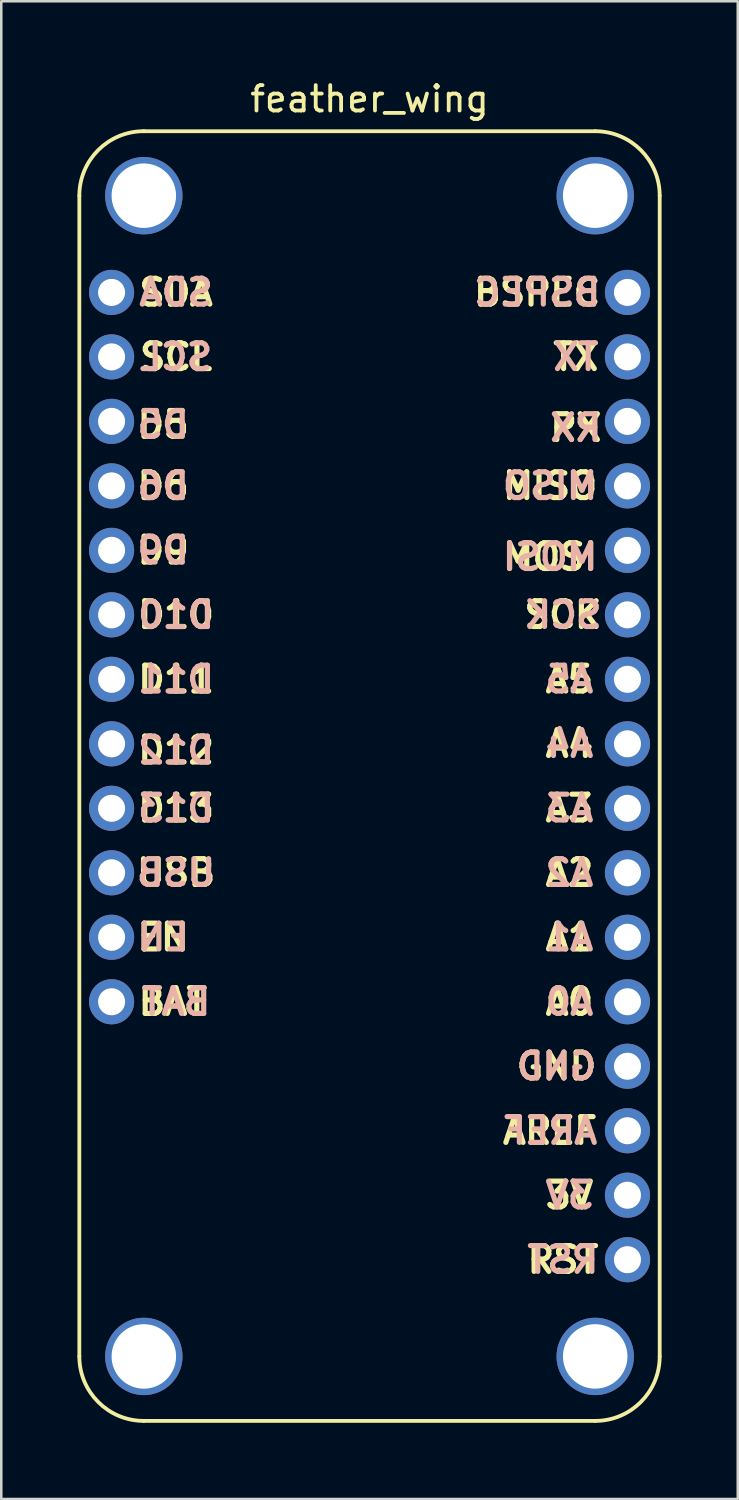
<source format=kicad_pcb>
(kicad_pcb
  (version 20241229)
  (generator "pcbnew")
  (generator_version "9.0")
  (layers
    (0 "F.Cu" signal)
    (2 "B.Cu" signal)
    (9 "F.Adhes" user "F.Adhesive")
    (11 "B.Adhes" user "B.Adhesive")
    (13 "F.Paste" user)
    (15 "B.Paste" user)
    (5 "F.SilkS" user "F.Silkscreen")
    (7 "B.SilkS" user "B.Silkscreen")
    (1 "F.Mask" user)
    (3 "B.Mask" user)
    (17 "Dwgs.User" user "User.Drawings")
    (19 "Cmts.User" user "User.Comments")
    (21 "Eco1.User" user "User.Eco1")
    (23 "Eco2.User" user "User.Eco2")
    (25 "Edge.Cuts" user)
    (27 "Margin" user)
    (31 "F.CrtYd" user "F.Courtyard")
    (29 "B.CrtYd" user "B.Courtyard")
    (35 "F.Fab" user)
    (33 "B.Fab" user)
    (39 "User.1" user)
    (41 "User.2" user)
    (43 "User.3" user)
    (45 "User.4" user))
  (footprint "feather_wing"
    (layer "F.Cu")
    (at 11.505 27.518)
    (property "Reference" "feather_wing" (at 0 -26.67 0) (layer "F.SilkS") (effects (font (size 1 1) (thickness 0.15))))
    (attr through_hole)
    (fp_line (start -11.43 -22.86) (end -11.43 22.86) (stroke (width 0.15) (type solid)) (layer "F.SilkS"))
    (fp_line (start 8.89 -25.4) (end -8.89 -25.4) (stroke (width 0.15) (type solid)) (layer "F.SilkS"))
    (fp_line (start 8.89 25.4) (end -8.89 25.4) (stroke (width 0.15) (type solid)) (layer "F.SilkS"))
    (fp_line (start 11.43 -22.86) (end 11.43 22.86) (stroke (width 0.15) (type solid)) (layer "F.SilkS"))
    (fp_arc (start -11.43 -22.86) (mid -10.686051 -24.656051) (end -8.89 -25.4) (stroke (width 0.15) (type solid)) (layer "F.SilkS"))
    (fp_arc (start -8.89 25.4) (mid -10.686051 24.656051) (end -11.43 22.86) (stroke (width 0.15) (type solid)) (layer "F.SilkS"))
    (fp_arc (start 8.89 -25.4) (mid 10.686051 -24.656051) (end 11.43 -22.86) (stroke (width 0.15) (type solid)) (layer "F.SilkS"))
    (fp_arc (start 11.43 22.86) (mid 10.686051 24.656051) (end 8.89 25.4) (stroke (width 0.15) (type solid)) (layer "F.SilkS"))
    (fp_text user "D6" (at -8.128 -11.43 0) (layer "F.SilkS") (effects (font (size 1.016 1.016) (thickness 0.203))))
    (fp_text user "BSPEC" (at 6.604 -19.05 0) (layer "F.SilkS") (effects (font (size 1.016 1.016) (thickness 0.203))))
    (fp_text user "A0" (at 7.874 8.89 0) (layer "F.SilkS") (effects (font (size 1.016 1.016) (thickness 0.203))))
    (fp_text user "D9" (at -8.128 -8.89 0) (layer "F.SilkS") (effects (font (size 1.016 1.016) (thickness 0.203))))
    (fp_text user "EN" (at -8.128 6.35 0) (layer "F.SilkS") (effects (font (size 1.016 1.016) (thickness 0.203))))
    (fp_text user "TX" (at 8.128 -16.51 0) (layer "F.SilkS") (effects (font (size 1.016 1.016) (thickness 0.203))))
    (fp_text user "D11" (at -7.62 -3.81 0) (layer "F.SilkS") (effects (font (size 1.016 1.016) (thickness 0.203))))
    (fp_text user "A3" (at 7.874 1.27 0) (layer "F.SilkS") (effects (font (size 1.016 1.016) (thickness 0.203))))
    (fp_text user "D5" (at -8.128 -13.843 0) (layer "F.SilkS") (effects (font (size 1.016 1.016) (thickness 0.203))))
    (fp_text user "SCL" (at -7.62 -16.51 0) (layer "F.SilkS") (effects (font (size 1.016 1.016) (thickness 0.203))))
    (fp_text user "MISO" (at 7.112 -11.43 0) (layer "F.SilkS") (effects (font (size 1.016 1.016) (thickness 0.203))))
    (fp_text user "A4" (at 7.874 -1.27 0) (layer "F.SilkS") (effects (font (size 1.016 1.016) (thickness 0.203))))
    (fp_text user "SDA" (at -7.62 -19.05 0) (layer "F.SilkS") (effects (font (size 1.016 1.016) (thickness 0.203))))
    (fp_text user "MOSI" (at 7.112 -8.636 0) (layer "F.SilkS") (effects (font (size 1.016 1.016) (thickness 0.203))))
    (fp_text user "RX" (at 8.128 -13.716 0) (layer "F.SilkS") (effects (font (size 1.016 1.016) (thickness 0.203))))
    (fp_text user "AREF" (at 7.112 13.97 0) (layer "F.SilkS") (effects (font (size 1.016 1.016) (thickness 0.203))))
    (fp_text user "D13" (at -7.62 1.27 0) (layer "F.SilkS") (effects (font (size 1.016 1.016) (thickness 0.203))))
    (fp_text user "3V" (at 7.874 16.51 0) (layer "F.SilkS") (effects (font (size 1.016 1.016) (thickness 0.203))))
    (fp_text user "A1" (at 7.874 6.35 0) (layer "F.SilkS") (effects (font (size 1.016 1.016) (thickness 0.203))))
    (fp_text user "SCK" (at 7.62 -6.35 0) (layer "F.SilkS") (effects (font (size 1.016 1.016) (thickness 0.203))))
    (fp_text user "D12" (at -7.62 -1.016 0) (layer "F.SilkS") (effects (font (size 1.016 1.016) (thickness 0.203))))
    (fp_text user "A2" (at 7.874 3.81 0) (layer "F.SilkS") (effects (font (size 1.016 1.016) (thickness 0.203))))
    (fp_text user "RST" (at 7.62 19.05 0) (layer "F.SilkS") (effects (font (size 1.016 1.016) (thickness 0.203))))
    (fp_text user "BAT" (at -7.747 8.89 0) (layer "F.SilkS") (effects (font (size 1.016 1.016) (thickness 0.203))))
    (fp_text user "A5" (at 7.874 -3.81 0) (layer "F.SilkS") (effects (font (size 1.016 1.016) (thickness 0.203))))
    (fp_text user "D10" (at -7.62 -6.35 0) (layer "F.SilkS") (effects (font (size 1.016 1.016) (thickness 0.203))))
    (fp_text user "USB" (at -7.62 3.81 0) (layer "F.SilkS") (effects (font (size 1.016 1.016) (thickness 0.203))))
    (fp_text user "GND" (at 7.366 11.43 0) (layer "F.SilkS") (effects (font (size 1.016 1.016) (thickness 0.203))))
    (fp_text user "EN" (at -8.128 6.35 0) (layer "B.SilkS") (effects (font (size 1.016 1.016) (thickness 0.203)) (justify mirror)))
    (fp_text user "MOSI" (at 7.112 -8.636 0) (layer "B.SilkS") (effects (font (size 1.016 1.016) (thickness 0.203)) (justify mirror)))
    (fp_text user "A1" (at 7.874 6.35 0) (layer "B.SilkS") (effects (font (size 1.016 1.016) (thickness 0.203)) (justify mirror)))
    (fp_text user "D9" (at -8.128 -8.89 0) (layer "B.SilkS") (effects (font (size 1.016 1.016) (thickness 0.203)) (justify mirror)))
    (fp_text user "3V" (at 7.874 16.51 0) (layer "B.SilkS") (effects (font (size 1.016 1.016) (thickness 0.203)) (justify mirror)))
    (fp_text user "D11" (at -7.62 -3.81 0) (layer "B.SilkS") (effects (font (size 1.016 1.016) (thickness 0.203)) (justify mirror)))
    (fp_text user "A4" (at 7.874 -1.27 0) (layer "B.SilkS") (effects (font (size 1.016 1.016) (thickness 0.203)) (justify mirror)))
    (fp_text user "TX" (at 8.128 -16.51 0) (layer "B.SilkS") (effects (font (size 1.016 1.016) (thickness 0.203)) (justify mirror)))
    (fp_text user "USB" (at -7.62 3.81 0) (layer "B.SilkS") (effects (font (size 1.016 1.016) (thickness 0.203)) (justify mirror)))
    (fp_text user "A3" (at 7.874 1.27 0) (layer "B.SilkS") (effects (font (size 1.016 1.016) (thickness 0.203)) (justify mirror)))
    (fp_text user "SDA" (at -7.62 -19.05 0) (layer "B.SilkS") (effects (font (size 1.016 1.016) (thickness 0.203)) (justify mirror)))
    (fp_text user "SCL" (at -7.62 -16.51 0) (layer "B.SilkS") (effects (font (size 1.016 1.016) (thickness 0.203)) (justify mirror)))
    (fp_text user "D10" (at -7.62 -6.35 0) (layer "B.SilkS") (effects (font (size 1.016 1.016) (thickness 0.203)) (justify mirror)))
    (fp_text user "AREF" (at 7.112 13.97 0) (layer "B.SilkS") (effects (font (size 1.016 1.016) (thickness 0.203)) (justify mirror)))
    (fp_text user "A0" (at 7.874 8.89 0) (layer "B.SilkS") (effects (font (size 1.016 1.016) (thickness 0.203)) (justify mirror)))
    (fp_text user "A5" (at 7.874 -3.81 0) (layer "B.SilkS") (effects (font (size 1.016 1.016) (thickness 0.203)) (justify mirror)))
    (fp_text user "RX" (at 8.128 -13.716 0) (layer "B.SilkS") (effects (font (size 1.016 1.016) (thickness 0.203)) (justify mirror)))
    (fp_text user "MISO" (at 7.112 -11.43 0) (layer "B.SilkS") (effects (font (size 1.016 1.016) (thickness 0.203)) (justify mirror)))
    (fp_text user "BAT" (at -7.62 8.89 0) (layer "B.SilkS") (effects (font (size 1.016 1.016) (thickness 0.203)) (justify mirror)))
    (fp_text user "BSPEC" (at 6.604 -19.05 0) (layer "B.SilkS") (effects (font (size 1.016 1.016) (thickness 0.203)) (justify mirror)))
    (fp_text user "RST" (at 7.62 19.05 0) (layer "B.SilkS") (effects (font (size 1.016 1.016) (thickness 0.203)) (justify mirror)))
    (fp_text user "D6" (at -8.128 -11.43 0) (layer "B.SilkS") (effects (font (size 1.016 1.016) (thickness 0.203)) (justify mirror)))
    (fp_text user "D13" (at -7.62 1.27 0) (layer "B.SilkS") (effects (font (size 1.016 1.016) (thickness 0.203)) (justify mirror)))
    (fp_text user "D5" (at -8.128 -13.843 0) (layer "B.SilkS") (effects (font (size 1.016 1.016) (thickness 0.203)) (justify mirror)))
    (fp_text user "D12" (at -7.62 -1.016 0) (layer "B.SilkS") (effects (font (size 1.016 1.016) (thickness 0.203)) (justify mirror)))
    (fp_text user "A2" (at 7.874 3.81 0) (layer "B.SilkS") (effects (font (size 1.016 1.016) (thickness 0.203)) (justify mirror)))
    (fp_text user "SCK" (at 7.62 -6.35 0) (layer "B.SilkS") (effects (font (size 1.016 1.016) (thickness 0.203)) (justify mirror)))
    (fp_text user "GND" (at 7.366 11.43 0) (layer "B.SilkS") (effects (font (size 1.016 1.016) (thickness 0.203)) (justify mirror)))
    (pad "" np_thru_hole circle (at -8.89 -22.86) (size 3.048 3.048) (drill 2.54) (layers "*.Cu" "*.Mask"))
    (pad "" thru_hole circle (at -8.89 22.86) (size 3.048 3.048) (drill 2.54) (layers "*.Cu" "*.Mask"))
    (pad "" np_thru_hole circle (at 8.89 -22.86) (size 3.048 3.048) (drill 2.54) (layers "*.Cu" "*.Mask"))
    (pad "" thru_hole circle (at 8.89 22.86) (size 3.048 3.048) (drill 2.54) (layers "*.Cu" "*.Mask"))
    (pad "1" thru_hole circle (at -10.16 -19.05) (size 1.778 1.778) (drill 1.067) (layers "*.Cu" "*.Mask"))
    (pad "2" thru_hole circle (at -10.16 -16.51) (size 1.778 1.778) (drill 1.067) (layers "*.Cu" "*.Mask"))
    (pad "3" thru_hole circle (at -10.16 -13.97) (size 1.778 1.778) (drill 1.067) (layers "*.Cu" "*.Mask"))
    (pad "4" thru_hole circle (at -10.16 -11.43) (size 1.778 1.778) (drill 1.067) (layers "*.Cu" "*.Mask"))
    (pad "5" thru_hole circle (at -10.16 -8.89) (size 1.778 1.778) (drill 1.067) (layers "*.Cu" "*.Mask"))
    (pad "6" thru_hole circle (at -10.16 -6.35) (size 1.778 1.778) (drill 1.067) (layers "*.Cu" "*.Mask"))
    (pad "7" thru_hole circle (at -10.16 -3.81) (size 1.778 1.778) (drill 1.067) (layers "*.Cu" "*.Mask"))
    (pad "8" thru_hole circle (at -10.16 -1.27) (size 1.778 1.778) (drill 1.067) (layers "*.Cu" "*.Mask"))
    (pad "9" thru_hole circle (at -10.16 1.27) (size 1.778 1.778) (drill 1.067) (layers "*.Cu" "*.Mask"))
    (pad "10" thru_hole circle (at -10.16 3.81) (size 1.778 1.778) (drill 1.067) (layers "*.Cu" "*.Mask"))
    (pad "11" thru_hole circle (at -10.16 6.35) (size 1.778 1.778) (drill 1.067) (layers "*.Cu" "*.Mask"))
    (pad "12" thru_hole circle (at -10.16 8.89) (size 1.778 1.778) (drill 1.067) (layers "*.Cu" "*.Mask"))
    (pad "13" thru_hole circle (at 10.16 19.05) (size 1.778 1.778) (drill 1.067) (layers "*.Cu" "*.Mask"))
    (pad "14" thru_hole circle (at 10.16 16.51) (size 1.778 1.778) (drill 1.067) (layers "*.Cu" "*.Mask"))
    (pad "15" thru_hole circle (at 10.16 13.97) (size 1.778 1.778) (drill 1.067) (layers "*.Cu" "*.Mask"))
    (pad "16" thru_hole circle (at 10.16 11.43) (size 1.778 1.778) (drill 1.067) (layers "*.Cu" "*.Mask"))
    (pad "17" thru_hole circle (at 10.16 8.89) (size 1.778 1.778) (drill 1.067) (layers "*.Cu" "*.Mask"))
    (pad "18" thru_hole circle (at 10.16 6.35) (size 1.778 1.778) (drill 1.067) (layers "*.Cu" "*.Mask"))
    (pad "19" thru_hole circle (at 10.16 3.81) (size 1.778 1.778) (drill 1.067) (layers "*.Cu" "*.Mask"))
    (pad "20" thru_hole circle (at 10.16 1.27) (size 1.778 1.778) (drill 1.067) (layers "*.Cu" "*.Mask"))
    (pad "21" thru_hole circle (at 10.16 -1.27) (size 1.778 1.778) (drill 1.067) (layers "*.Cu" "*.Mask"))
    (pad "22" thru_hole circle (at 10.16 -3.81) (size 1.778 1.778) (drill 1.067) (layers "*.Cu" "*.Mask"))
    (pad "23" thru_hole circle (at 10.16 -6.35) (size 1.778 1.778) (drill 1.067) (layers "*.Cu" "*.Mask"))
    (pad "24" thru_hole circle (at 10.16 -8.89) (size 1.778 1.778) (drill 1.067) (layers "*.Cu" "*.Mask"))
    (pad "25" thru_hole circle (at 10.16 -11.43) (size 1.778 1.778) (drill 1.067) (layers "*.Cu" "*.Mask"))
    (pad "26" thru_hole circle (at 10.16 -13.97) (size 1.778 1.778) (drill 1.067) (layers "*.Cu" "*.Mask"))
    (pad "27" thru_hole circle (at 10.16 -16.51) (size 1.778 1.778) (drill 1.067) (layers "*.Cu" "*.Mask"))
    (pad "28" thru_hole circle (at 10.16 -19.05) (size 1.778 1.778) (drill 1.067) (layers "*.Cu" "*.Mask")))
  (gr_rect
    (start -3 -3)
    (end 26.01 55.993)
    (stroke (width 0.1) (type default))
    (fill no)
    (layer "Edge.Cuts")))
</source>
